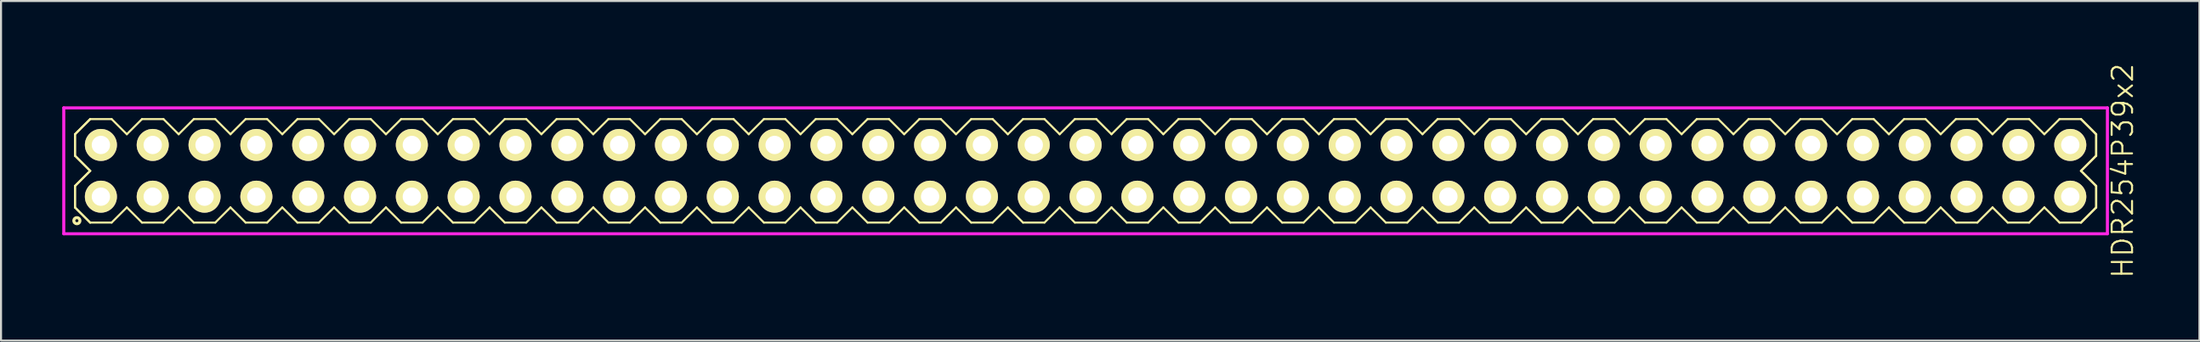
<source format=kicad_pcb>
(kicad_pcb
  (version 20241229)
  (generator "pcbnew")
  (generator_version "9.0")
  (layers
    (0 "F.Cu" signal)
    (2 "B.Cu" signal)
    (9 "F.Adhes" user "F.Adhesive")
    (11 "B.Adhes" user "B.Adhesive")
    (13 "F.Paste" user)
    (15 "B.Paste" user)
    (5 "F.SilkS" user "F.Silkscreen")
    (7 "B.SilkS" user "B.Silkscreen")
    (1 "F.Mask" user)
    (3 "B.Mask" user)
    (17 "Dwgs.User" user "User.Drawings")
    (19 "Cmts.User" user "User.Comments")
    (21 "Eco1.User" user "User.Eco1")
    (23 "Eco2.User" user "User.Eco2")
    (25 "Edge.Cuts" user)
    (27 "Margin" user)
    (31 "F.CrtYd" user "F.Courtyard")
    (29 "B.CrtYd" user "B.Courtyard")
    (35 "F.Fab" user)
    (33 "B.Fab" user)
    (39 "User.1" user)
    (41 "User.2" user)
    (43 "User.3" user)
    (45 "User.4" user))
  (footprint "HDR254P39x2"
    (layer "F.Cu")
    (at 50.155 5.336)
    (property "Reference" "HDR254P39x2" (at 50.83 0 90) (layer "F.SilkS") (effects (font (size 1 1) (thickness 0.1))))
    (attr through_hole)
    (fp_line (start -49.53 -1.796) (end -48.786 -2.54) (stroke (width 0.1) (type solid)) (layer "F.SilkS"))
    (fp_line (start -49.53 -1.796) (end -48.786 -2.54) (stroke (width 0.1) (type solid)) (layer "F.SilkS"))
    (fp_line (start -49.53 -0.744) (end -49.53 -1.796) (stroke (width 0.1) (type solid)) (layer "F.SilkS"))
    (fp_line (start -49.53 -0.744) (end -49.53 -1.796) (stroke (width 0.1) (type solid)) (layer "F.SilkS"))
    (fp_line (start -49.53 0.744) (end -48.786 0) (stroke (width 0.1) (type solid)) (layer "F.SilkS"))
    (fp_line (start -49.53 0.744) (end -48.786 0) (stroke (width 0.1) (type solid)) (layer "F.SilkS"))
    (fp_line (start -49.53 1.796) (end -49.53 0.744) (stroke (width 0.1) (type solid)) (layer "F.SilkS"))
    (fp_line (start -49.53 1.796) (end -49.53 0.744) (stroke (width 0.1) (type solid)) (layer "F.SilkS"))
    (fp_line (start -48.786 -2.54) (end -47.734 -2.54) (stroke (width 0.1) (type solid)) (layer "F.SilkS"))
    (fp_line (start -48.786 0) (end -49.53 -0.744) (stroke (width 0.1) (type solid)) (layer "F.SilkS"))
    (fp_line (start -48.786 0) (end -49.53 -0.744) (stroke (width 0.1) (type solid)) (layer "F.SilkS"))
    (fp_line (start -48.786 2.54) (end -49.53 1.796) (stroke (width 0.1) (type solid)) (layer "F.SilkS"))
    (fp_line (start -48.786 2.54) (end -49.53 1.796) (stroke (width 0.1) (type solid)) (layer "F.SilkS"))
    (fp_line (start -47.734 -2.54) (end -46.99 -1.796) (stroke (width 0.1) (type solid)) (layer "F.SilkS"))
    (fp_line (start -47.734 2.54) (end -48.786 2.54) (stroke (width 0.1) (type solid)) (layer "F.SilkS"))
    (fp_line (start -46.99 -1.796) (end -46.246 -2.54) (stroke (width 0.1) (type solid)) (layer "F.SilkS"))
    (fp_line (start -46.99 1.796) (end -47.734 2.54) (stroke (width 0.1) (type solid)) (layer "F.SilkS"))
    (fp_line (start -46.246 -2.54) (end -45.194 -2.54) (stroke (width 0.1) (type solid)) (layer "F.SilkS"))
    (fp_line (start -46.246 2.54) (end -46.99 1.796) (stroke (width 0.1) (type solid)) (layer "F.SilkS"))
    (fp_line (start -45.194 -2.54) (end -44.45 -1.796) (stroke (width 0.1) (type solid)) (layer "F.SilkS"))
    (fp_line (start -45.194 2.54) (end -46.246 2.54) (stroke (width 0.1) (type solid)) (layer "F.SilkS"))
    (fp_line (start -44.45 -1.796) (end -43.706 -2.54) (stroke (width 0.1) (type solid)) (layer "F.SilkS"))
    (fp_line (start -44.45 1.796) (end -45.194 2.54) (stroke (width 0.1) (type solid)) (layer "F.SilkS"))
    (fp_line (start -43.706 -2.54) (end -42.654 -2.54) (stroke (width 0.1) (type solid)) (layer "F.SilkS"))
    (fp_line (start -43.706 2.54) (end -44.45 1.796) (stroke (width 0.1) (type solid)) (layer "F.SilkS"))
    (fp_line (start -42.654 -2.54) (end -41.91 -1.796) (stroke (width 0.1) (type solid)) (layer "F.SilkS"))
    (fp_line (start -42.654 2.54) (end -43.706 2.54) (stroke (width 0.1) (type solid)) (layer "F.SilkS"))
    (fp_line (start -41.91 -1.796) (end -41.166 -2.54) (stroke (width 0.1) (type solid)) (layer "F.SilkS"))
    (fp_line (start -41.91 1.796) (end -42.654 2.54) (stroke (width 0.1) (type solid)) (layer "F.SilkS"))
    (fp_line (start -41.166 -2.54) (end -40.114 -2.54) (stroke (width 0.1) (type solid)) (layer "F.SilkS"))
    (fp_line (start -41.166 2.54) (end -41.91 1.796) (stroke (width 0.1) (type solid)) (layer "F.SilkS"))
    (fp_line (start -40.114 -2.54) (end -39.37 -1.796) (stroke (width 0.1) (type solid)) (layer "F.SilkS"))
    (fp_line (start -40.114 2.54) (end -41.166 2.54) (stroke (width 0.1) (type solid)) (layer "F.SilkS"))
    (fp_line (start -39.37 -1.796) (end -38.626 -2.54) (stroke (width 0.1) (type solid)) (layer "F.SilkS"))
    (fp_line (start -39.37 1.796) (end -40.114 2.54) (stroke (width 0.1) (type solid)) (layer "F.SilkS"))
    (fp_line (start -38.626 -2.54) (end -37.574 -2.54) (stroke (width 0.1) (type solid)) (layer "F.SilkS"))
    (fp_line (start -38.626 2.54) (end -39.37 1.796) (stroke (width 0.1) (type solid)) (layer "F.SilkS"))
    (fp_line (start -37.574 -2.54) (end -36.83 -1.796) (stroke (width 0.1) (type solid)) (layer "F.SilkS"))
    (fp_line (start -37.574 2.54) (end -38.626 2.54) (stroke (width 0.1) (type solid)) (layer "F.SilkS"))
    (fp_line (start -36.83 -1.796) (end -36.086 -2.54) (stroke (width 0.1) (type solid)) (layer "F.SilkS"))
    (fp_line (start -36.83 1.796) (end -37.574 2.54) (stroke (width 0.1) (type solid)) (layer "F.SilkS"))
    (fp_line (start -36.086 -2.54) (end -35.034 -2.54) (stroke (width 0.1) (type solid)) (layer "F.SilkS"))
    (fp_line (start -36.086 2.54) (end -36.83 1.796) (stroke (width 0.1) (type solid)) (layer "F.SilkS"))
    (fp_line (start -35.034 -2.54) (end -34.29 -1.796) (stroke (width 0.1) (type solid)) (layer "F.SilkS"))
    (fp_line (start -35.034 2.54) (end -36.086 2.54) (stroke (width 0.1) (type solid)) (layer "F.SilkS"))
    (fp_line (start -34.29 -1.796) (end -33.546 -2.54) (stroke (width 0.1) (type solid)) (layer "F.SilkS"))
    (fp_line (start -34.29 1.796) (end -35.034 2.54) (stroke (width 0.1) (type solid)) (layer "F.SilkS"))
    (fp_line (start -33.546 -2.54) (end -32.494 -2.54) (stroke (width 0.1) (type solid)) (layer "F.SilkS"))
    (fp_line (start -33.546 2.54) (end -34.29 1.796) (stroke (width 0.1) (type solid)) (layer "F.SilkS"))
    (fp_line (start -32.494 -2.54) (end -31.75 -1.796) (stroke (width 0.1) (type solid)) (layer "F.SilkS"))
    (fp_line (start -32.494 2.54) (end -33.546 2.54) (stroke (width 0.1) (type solid)) (layer "F.SilkS"))
    (fp_line (start -31.75 -1.796) (end -31.006 -2.54) (stroke (width 0.1) (type solid)) (layer "F.SilkS"))
    (fp_line (start -31.75 1.796) (end -32.494 2.54) (stroke (width 0.1) (type solid)) (layer "F.SilkS"))
    (fp_line (start -31.006 -2.54) (end -29.954 -2.54) (stroke (width 0.1) (type solid)) (layer "F.SilkS"))
    (fp_line (start -31.006 2.54) (end -31.75 1.796) (stroke (width 0.1) (type solid)) (layer "F.SilkS"))
    (fp_line (start -29.954 -2.54) (end -29.21 -1.796) (stroke (width 0.1) (type solid)) (layer "F.SilkS"))
    (fp_line (start -29.954 2.54) (end -31.006 2.54) (stroke (width 0.1) (type solid)) (layer "F.SilkS"))
    (fp_line (start -29.21 -1.796) (end -28.466 -2.54) (stroke (width 0.1) (type solid)) (layer "F.SilkS"))
    (fp_line (start -29.21 1.796) (end -29.954 2.54) (stroke (width 0.1) (type solid)) (layer "F.SilkS"))
    (fp_line (start -28.466 -2.54) (end -27.414 -2.54) (stroke (width 0.1) (type solid)) (layer "F.SilkS"))
    (fp_line (start -28.466 2.54) (end -29.21 1.796) (stroke (width 0.1) (type solid)) (layer "F.SilkS"))
    (fp_line (start -27.414 -2.54) (end -26.67 -1.796) (stroke (width 0.1) (type solid)) (layer "F.SilkS"))
    (fp_line (start -27.414 2.54) (end -28.466 2.54) (stroke (width 0.1) (type solid)) (layer "F.SilkS"))
    (fp_line (start -26.67 -1.796) (end -25.926 -2.54) (stroke (width 0.1) (type solid)) (layer "F.SilkS"))
    (fp_line (start -26.67 1.796) (end -27.414 2.54) (stroke (width 0.1) (type solid)) (layer "F.SilkS"))
    (fp_line (start -25.926 -2.54) (end -24.874 -2.54) (stroke (width 0.1) (type solid)) (layer "F.SilkS"))
    (fp_line (start -25.926 2.54) (end -26.67 1.796) (stroke (width 0.1) (type solid)) (layer "F.SilkS"))
    (fp_line (start -24.874 -2.54) (end -24.13 -1.796) (stroke (width 0.1) (type solid)) (layer "F.SilkS"))
    (fp_line (start -24.874 2.54) (end -25.926 2.54) (stroke (width 0.1) (type solid)) (layer "F.SilkS"))
    (fp_line (start -24.13 -1.796) (end -23.386 -2.54) (stroke (width 0.1) (type solid)) (layer "F.SilkS"))
    (fp_line (start -24.13 1.796) (end -24.874 2.54) (stroke (width 0.1) (type solid)) (layer "F.SilkS"))
    (fp_line (start -23.386 -2.54) (end -22.334 -2.54) (stroke (width 0.1) (type solid)) (layer "F.SilkS"))
    (fp_line (start -23.386 2.54) (end -24.13 1.796) (stroke (width 0.1) (type solid)) (layer "F.SilkS"))
    (fp_line (start -22.334 -2.54) (end -21.59 -1.796) (stroke (width 0.1) (type solid)) (layer "F.SilkS"))
    (fp_line (start -22.334 2.54) (end -23.386 2.54) (stroke (width 0.1) (type solid)) (layer "F.SilkS"))
    (fp_line (start -21.59 -1.796) (end -20.846 -2.54) (stroke (width 0.1) (type solid)) (layer "F.SilkS"))
    (fp_line (start -21.59 1.796) (end -22.334 2.54) (stroke (width 0.1) (type solid)) (layer "F.SilkS"))
    (fp_line (start -20.846 -2.54) (end -19.794 -2.54) (stroke (width 0.1) (type solid)) (layer "F.SilkS"))
    (fp_line (start -20.846 2.54) (end -21.59 1.796) (stroke (width 0.1) (type solid)) (layer "F.SilkS"))
    (fp_line (start -19.794 -2.54) (end -19.05 -1.796) (stroke (width 0.1) (type solid)) (layer "F.SilkS"))
    (fp_line (start -19.794 2.54) (end -20.846 2.54) (stroke (width 0.1) (type solid)) (layer "F.SilkS"))
    (fp_line (start -19.05 -1.796) (end -18.306 -2.54) (stroke (width 0.1) (type solid)) (layer "F.SilkS"))
    (fp_line (start -19.05 1.796) (end -19.794 2.54) (stroke (width 0.1) (type solid)) (layer "F.SilkS"))
    (fp_line (start -18.306 -2.54) (end -17.254 -2.54) (stroke (width 0.1) (type solid)) (layer "F.SilkS"))
    (fp_line (start -18.306 2.54) (end -19.05 1.796) (stroke (width 0.1) (type solid)) (layer "F.SilkS"))
    (fp_line (start -17.254 -2.54) (end -16.51 -1.796) (stroke (width 0.1) (type solid)) (layer "F.SilkS"))
    (fp_line (start -17.254 2.54) (end -18.306 2.54) (stroke (width 0.1) (type solid)) (layer "F.SilkS"))
    (fp_line (start -16.51 -1.796) (end -15.766 -2.54) (stroke (width 0.1) (type solid)) (layer "F.SilkS"))
    (fp_line (start -16.51 1.796) (end -17.254 2.54) (stroke (width 0.1) (type solid)) (layer "F.SilkS"))
    (fp_line (start -15.766 -2.54) (end -14.714 -2.54) (stroke (width 0.1) (type solid)) (layer "F.SilkS"))
    (fp_line (start -15.766 2.54) (end -16.51 1.796) (stroke (width 0.1) (type solid)) (layer "F.SilkS"))
    (fp_line (start -14.714 -2.54) (end -13.97 -1.796) (stroke (width 0.1) (type solid)) (layer "F.SilkS"))
    (fp_line (start -14.714 2.54) (end -15.766 2.54) (stroke (width 0.1) (type solid)) (layer "F.SilkS"))
    (fp_line (start -13.97 -1.796) (end -13.226 -2.54) (stroke (width 0.1) (type solid)) (layer "F.SilkS"))
    (fp_line (start -13.97 1.796) (end -14.714 2.54) (stroke (width 0.1) (type solid)) (layer "F.SilkS"))
    (fp_line (start -13.226 -2.54) (end -12.174 -2.54) (stroke (width 0.1) (type solid)) (layer "F.SilkS"))
    (fp_line (start -13.226 2.54) (end -13.97 1.796) (stroke (width 0.1) (type solid)) (layer "F.SilkS"))
    (fp_line (start -12.174 -2.54) (end -11.43 -1.796) (stroke (width 0.1) (type solid)) (layer "F.SilkS"))
    (fp_line (start -12.174 2.54) (end -13.226 2.54) (stroke (width 0.1) (type solid)) (layer "F.SilkS"))
    (fp_line (start -11.43 -1.796) (end -10.686 -2.54) (stroke (width 0.1) (type solid)) (layer "F.SilkS"))
    (fp_line (start -11.43 1.796) (end -12.174 2.54) (stroke (width 0.1) (type solid)) (layer "F.SilkS"))
    (fp_line (start -10.686 -2.54) (end -9.634 -2.54) (stroke (width 0.1) (type solid)) (layer "F.SilkS"))
    (fp_line (start -10.686 2.54) (end -11.43 1.796) (stroke (width 0.1) (type solid)) (layer "F.SilkS"))
    (fp_line (start -9.634 -2.54) (end -8.89 -1.796) (stroke (width 0.1) (type solid)) (layer "F.SilkS"))
    (fp_line (start -9.634 2.54) (end -10.686 2.54) (stroke (width 0.1) (type solid)) (layer "F.SilkS"))
    (fp_line (start -8.89 -1.796) (end -8.146 -2.54) (stroke (width 0.1) (type solid)) (layer "F.SilkS"))
    (fp_line (start -8.89 1.796) (end -9.634 2.54) (stroke (width 0.1) (type solid)) (layer "F.SilkS"))
    (fp_line (start -8.146 -2.54) (end -7.094 -2.54) (stroke (width 0.1) (type solid)) (layer "F.SilkS"))
    (fp_line (start -8.146 2.54) (end -8.89 1.796) (stroke (width 0.1) (type solid)) (layer "F.SilkS"))
    (fp_line (start -7.094 -2.54) (end -6.35 -1.796) (stroke (width 0.1) (type solid)) (layer "F.SilkS"))
    (fp_line (start -7.094 2.54) (end -8.146 2.54) (stroke (width 0.1) (type solid)) (layer "F.SilkS"))
    (fp_line (start -6.35 -1.796) (end -5.606 -2.54) (stroke (width 0.1) (type solid)) (layer "F.SilkS"))
    (fp_line (start -6.35 1.796) (end -7.094 2.54) (stroke (width 0.1) (type solid)) (layer "F.SilkS"))
    (fp_line (start -5.606 -2.54) (end -4.554 -2.54) (stroke (width 0.1) (type solid)) (layer "F.SilkS"))
    (fp_line (start -5.606 2.54) (end -6.35 1.796) (stroke (width 0.1) (type solid)) (layer "F.SilkS"))
    (fp_line (start -4.554 -2.54) (end -3.81 -1.796) (stroke (width 0.1) (type solid)) (layer "F.SilkS"))
    (fp_line (start -4.554 2.54) (end -5.606 2.54) (stroke (width 0.1) (type solid)) (layer "F.SilkS"))
    (fp_line (start -3.81 -1.796) (end -3.066 -2.54) (stroke (width 0.1) (type solid)) (layer "F.SilkS"))
    (fp_line (start -3.81 1.796) (end -4.554 2.54) (stroke (width 0.1) (type solid)) (layer "F.SilkS"))
    (fp_line (start -3.066 -2.54) (end -2.014 -2.54) (stroke (width 0.1) (type solid)) (layer "F.SilkS"))
    (fp_line (start -3.066 2.54) (end -3.81 1.796) (stroke (width 0.1) (type solid)) (layer "F.SilkS"))
    (fp_line (start -2.014 -2.54) (end -1.27 -1.796) (stroke (width 0.1) (type solid)) (layer "F.SilkS"))
    (fp_line (start -2.014 2.54) (end -3.066 2.54) (stroke (width 0.1) (type solid)) (layer "F.SilkS"))
    (fp_line (start -1.27 -1.796) (end -0.526 -2.54) (stroke (width 0.1) (type solid)) (layer "F.SilkS"))
    (fp_line (start -1.27 1.796) (end -2.014 2.54) (stroke (width 0.1) (type solid)) (layer "F.SilkS"))
    (fp_line (start -0.526 -2.54) (end 0.526 -2.54) (stroke (width 0.1) (type solid)) (layer "F.SilkS"))
    (fp_line (start -0.526 2.54) (end -1.27 1.796) (stroke (width 0.1) (type solid)) (layer "F.SilkS"))
    (fp_line (start 0.526 -2.54) (end 1.27 -1.796) (stroke (width 0.1) (type solid)) (layer "F.SilkS"))
    (fp_line (start 0.526 2.54) (end -0.526 2.54) (stroke (width 0.1) (type solid)) (layer "F.SilkS"))
    (fp_line (start 1.27 -1.796) (end 2.014 -2.54) (stroke (width 0.1) (type solid)) (layer "F.SilkS"))
    (fp_line (start 1.27 1.796) (end 0.526 2.54) (stroke (width 0.1) (type solid)) (layer "F.SilkS"))
    (fp_line (start 2.014 -2.54) (end 3.066 -2.54) (stroke (width 0.1) (type solid)) (layer "F.SilkS"))
    (fp_line (start 2.014 2.54) (end 1.27 1.796) (stroke (width 0.1) (type solid)) (layer "F.SilkS"))
    (fp_line (start 3.066 -2.54) (end 3.81 -1.796) (stroke (width 0.1) (type solid)) (layer "F.SilkS"))
    (fp_line (start 3.066 2.54) (end 2.014 2.54) (stroke (width 0.1) (type solid)) (layer "F.SilkS"))
    (fp_line (start 3.81 -1.796) (end 4.554 -2.54) (stroke (width 0.1) (type solid)) (layer "F.SilkS"))
    (fp_line (start 3.81 1.796) (end 3.066 2.54) (stroke (width 0.1) (type solid)) (layer "F.SilkS"))
    (fp_line (start 4.554 -2.54) (end 5.606 -2.54) (stroke (width 0.1) (type solid)) (layer "F.SilkS"))
    (fp_line (start 4.554 2.54) (end 3.81 1.796) (stroke (width 0.1) (type solid)) (layer "F.SilkS"))
    (fp_line (start 5.606 -2.54) (end 6.35 -1.796) (stroke (width 0.1) (type solid)) (layer "F.SilkS"))
    (fp_line (start 5.606 2.54) (end 4.554 2.54) (stroke (width 0.1) (type solid)) (layer "F.SilkS"))
    (fp_line (start 6.35 -1.796) (end 7.094 -2.54) (stroke (width 0.1) (type solid)) (layer "F.SilkS"))
    (fp_line (start 6.35 1.796) (end 5.606 2.54) (stroke (width 0.1) (type solid)) (layer "F.SilkS"))
    (fp_line (start 7.094 -2.54) (end 8.146 -2.54) (stroke (width 0.1) (type solid)) (layer "F.SilkS"))
    (fp_line (start 7.094 2.54) (end 6.35 1.796) (stroke (width 0.1) (type solid)) (layer "F.SilkS"))
    (fp_line (start 8.146 -2.54) (end 8.89 -1.796) (stroke (width 0.1) (type solid)) (layer "F.SilkS"))
    (fp_line (start 8.146 2.54) (end 7.094 2.54) (stroke (width 0.1) (type solid)) (layer "F.SilkS"))
    (fp_line (start 8.89 -1.796) (end 9.634 -2.54) (stroke (width 0.1) (type solid)) (layer "F.SilkS"))
    (fp_line (start 8.89 1.796) (end 8.146 2.54) (stroke (width 0.1) (type solid)) (layer "F.SilkS"))
    (fp_line (start 9.634 -2.54) (end 10.686 -2.54) (stroke (width 0.1) (type solid)) (layer "F.SilkS"))
    (fp_line (start 9.634 2.54) (end 8.89 1.796) (stroke (width 0.1) (type solid)) (layer "F.SilkS"))
    (fp_line (start 10.686 -2.54) (end 11.43 -1.796) (stroke (width 0.1) (type solid)) (layer "F.SilkS"))
    (fp_line (start 10.686 2.54) (end 9.634 2.54) (stroke (width 0.1) (type solid)) (layer "F.SilkS"))
    (fp_line (start 11.43 -1.796) (end 12.174 -2.54) (stroke (width 0.1) (type solid)) (layer "F.SilkS"))
    (fp_line (start 11.43 1.796) (end 10.686 2.54) (stroke (width 0.1) (type solid)) (layer "F.SilkS"))
    (fp_line (start 12.174 -2.54) (end 13.226 -2.54) (stroke (width 0.1) (type solid)) (layer "F.SilkS"))
    (fp_line (start 12.174 2.54) (end 11.43 1.796) (stroke (width 0.1) (type solid)) (layer "F.SilkS"))
    (fp_line (start 13.226 -2.54) (end 13.97 -1.796) (stroke (width 0.1) (type solid)) (layer "F.SilkS"))
    (fp_line (start 13.226 2.54) (end 12.174 2.54) (stroke (width 0.1) (type solid)) (layer "F.SilkS"))
    (fp_line (start 13.97 -1.796) (end 14.714 -2.54) (stroke (width 0.1) (type solid)) (layer "F.SilkS"))
    (fp_line (start 13.97 1.796) (end 13.226 2.54) (stroke (width 0.1) (type solid)) (layer "F.SilkS"))
    (fp_line (start 14.714 -2.54) (end 15.766 -2.54) (stroke (width 0.1) (type solid)) (layer "F.SilkS"))
    (fp_line (start 14.714 2.54) (end 13.97 1.796) (stroke (width 0.1) (type solid)) (layer "F.SilkS"))
    (fp_line (start 15.766 -2.54) (end 16.51 -1.796) (stroke (width 0.1) (type solid)) (layer "F.SilkS"))
    (fp_line (start 15.766 2.54) (end 14.714 2.54) (stroke (width 0.1) (type solid)) (layer "F.SilkS"))
    (fp_line (start 16.51 -1.796) (end 17.254 -2.54) (stroke (width 0.1) (type solid)) (layer "F.SilkS"))
    (fp_line (start 16.51 1.796) (end 15.766 2.54) (stroke (width 0.1) (type solid)) (layer "F.SilkS"))
    (fp_line (start 17.254 -2.54) (end 18.306 -2.54) (stroke (width 0.1) (type solid)) (layer "F.SilkS"))
    (fp_line (start 17.254 2.54) (end 16.51 1.796) (stroke (width 0.1) (type solid)) (layer "F.SilkS"))
    (fp_line (start 18.306 -2.54) (end 19.05 -1.796) (stroke (width 0.1) (type solid)) (layer "F.SilkS"))
    (fp_line (start 18.306 2.54) (end 17.254 2.54) (stroke (width 0.1) (type solid)) (layer "F.SilkS"))
    (fp_line (start 19.05 -1.796) (end 19.794 -2.54) (stroke (width 0.1) (type solid)) (layer "F.SilkS"))
    (fp_line (start 19.05 1.796) (end 18.306 2.54) (stroke (width 0.1) (type solid)) (layer "F.SilkS"))
    (fp_line (start 19.794 -2.54) (end 20.846 -2.54) (stroke (width 0.1) (type solid)) (layer "F.SilkS"))
    (fp_line (start 19.794 2.54) (end 19.05 1.796) (stroke (width 0.1) (type solid)) (layer "F.SilkS"))
    (fp_line (start 20.846 -2.54) (end 21.59 -1.796) (stroke (width 0.1) (type solid)) (layer "F.SilkS"))
    (fp_line (start 20.846 2.54) (end 19.794 2.54) (stroke (width 0.1) (type solid)) (layer "F.SilkS"))
    (fp_line (start 21.59 -1.796) (end 22.334 -2.54) (stroke (width 0.1) (type solid)) (layer "F.SilkS"))
    (fp_line (start 21.59 1.796) (end 20.846 2.54) (stroke (width 0.1) (type solid)) (layer "F.SilkS"))
    (fp_line (start 22.334 -2.54) (end 23.386 -2.54) (stroke (width 0.1) (type solid)) (layer "F.SilkS"))
    (fp_line (start 22.334 2.54) (end 21.59 1.796) (stroke (width 0.1) (type solid)) (layer "F.SilkS"))
    (fp_line (start 23.386 -2.54) (end 24.13 -1.796) (stroke (width 0.1) (type solid)) (layer "F.SilkS"))
    (fp_line (start 23.386 2.54) (end 22.334 2.54) (stroke (width 0.1) (type solid)) (layer "F.SilkS"))
    (fp_line (start 24.13 -1.796) (end 24.874 -2.54) (stroke (width 0.1) (type solid)) (layer "F.SilkS"))
    (fp_line (start 24.13 1.796) (end 23.386 2.54) (stroke (width 0.1) (type solid)) (layer "F.SilkS"))
    (fp_line (start 24.874 -2.54) (end 25.926 -2.54) (stroke (width 0.1) (type solid)) (layer "F.SilkS"))
    (fp_line (start 24.874 2.54) (end 24.13 1.796) (stroke (width 0.1) (type solid)) (layer "F.SilkS"))
    (fp_line (start 25.926 -2.54) (end 26.67 -1.796) (stroke (width 0.1) (type solid)) (layer "F.SilkS"))
    (fp_line (start 25.926 2.54) (end 24.874 2.54) (stroke (width 0.1) (type solid)) (layer "F.SilkS"))
    (fp_line (start 26.67 -1.796) (end 27.414 -2.54) (stroke (width 0.1) (type solid)) (layer "F.SilkS"))
    (fp_line (start 26.67 1.796) (end 25.926 2.54) (stroke (width 0.1) (type solid)) (layer "F.SilkS"))
    (fp_line (start 27.414 -2.54) (end 28.466 -2.54) (stroke (width 0.1) (type solid)) (layer "F.SilkS"))
    (fp_line (start 27.414 2.54) (end 26.67 1.796) (stroke (width 0.1) (type solid)) (layer "F.SilkS"))
    (fp_line (start 28.466 -2.54) (end 29.21 -1.796) (stroke (width 0.1) (type solid)) (layer "F.SilkS"))
    (fp_line (start 28.466 2.54) (end 27.414 2.54) (stroke (width 0.1) (type solid)) (layer "F.SilkS"))
    (fp_line (start 29.21 -1.796) (end 29.954 -2.54) (stroke (width 0.1) (type solid)) (layer "F.SilkS"))
    (fp_line (start 29.21 1.796) (end 28.466 2.54) (stroke (width 0.1) (type solid)) (layer "F.SilkS"))
    (fp_line (start 29.954 -2.54) (end 31.006 -2.54) (stroke (width 0.1) (type solid)) (layer "F.SilkS"))
    (fp_line (start 29.954 2.54) (end 29.21 1.796) (stroke (width 0.1) (type solid)) (layer "F.SilkS"))
    (fp_line (start 31.006 -2.54) (end 31.75 -1.796) (stroke (width 0.1) (type solid)) (layer "F.SilkS"))
    (fp_line (start 31.006 2.54) (end 29.954 2.54) (stroke (width 0.1) (type solid)) (layer "F.SilkS"))
    (fp_line (start 31.75 -1.796) (end 32.494 -2.54) (stroke (width 0.1) (type solid)) (layer "F.SilkS"))
    (fp_line (start 31.75 1.796) (end 31.006 2.54) (stroke (width 0.1) (type solid)) (layer "F.SilkS"))
    (fp_line (start 32.494 -2.54) (end 33.546 -2.54) (stroke (width 0.1) (type solid)) (layer "F.SilkS"))
    (fp_line (start 32.494 2.54) (end 31.75 1.796) (stroke (width 0.1) (type solid)) (layer "F.SilkS"))
    (fp_line (start 33.546 -2.54) (end 34.29 -1.796) (stroke (width 0.1) (type solid)) (layer "F.SilkS"))
    (fp_line (start 33.546 2.54) (end 32.494 2.54) (stroke (width 0.1) (type solid)) (layer "F.SilkS"))
    (fp_line (start 34.29 -1.796) (end 35.034 -2.54) (stroke (width 0.1) (type solid)) (layer "F.SilkS"))
    (fp_line (start 34.29 1.796) (end 33.546 2.54) (stroke (width 0.1) (type solid)) (layer "F.SilkS"))
    (fp_line (start 35.034 -2.54) (end 36.086 -2.54) (stroke (width 0.1) (type solid)) (layer "F.SilkS"))
    (fp_line (start 35.034 2.54) (end 34.29 1.796) (stroke (width 0.1) (type solid)) (layer "F.SilkS"))
    (fp_line (start 36.086 -2.54) (end 36.83 -1.796) (stroke (width 0.1) (type solid)) (layer "F.SilkS"))
    (fp_line (start 36.086 2.54) (end 35.034 2.54) (stroke (width 0.1) (type solid)) (layer "F.SilkS"))
    (fp_line (start 36.83 -1.796) (end 37.574 -2.54) (stroke (width 0.1) (type solid)) (layer "F.SilkS"))
    (fp_line (start 36.83 1.796) (end 36.086 2.54) (stroke (width 0.1) (type solid)) (layer "F.SilkS"))
    (fp_line (start 37.574 -2.54) (end 38.626 -2.54) (stroke (width 0.1) (type solid)) (layer "F.SilkS"))
    (fp_line (start 37.574 2.54) (end 36.83 1.796) (stroke (width 0.1) (type solid)) (layer "F.SilkS"))
    (fp_line (start 38.626 -2.54) (end 39.37 -1.796) (stroke (width 0.1) (type solid)) (layer "F.SilkS"))
    (fp_line (start 38.626 2.54) (end 37.574 2.54) (stroke (width 0.1) (type solid)) (layer "F.SilkS"))
    (fp_line (start 39.37 -1.796) (end 40.114 -2.54) (stroke (width 0.1) (type solid)) (layer "F.SilkS"))
    (fp_line (start 39.37 1.796) (end 38.626 2.54) (stroke (width 0.1) (type solid)) (layer "F.SilkS"))
    (fp_line (start 40.114 -2.54) (end 41.166 -2.54) (stroke (width 0.1) (type solid)) (layer "F.SilkS"))
    (fp_line (start 40.114 2.54) (end 39.37 1.796) (stroke (width 0.1) (type solid)) (layer "F.SilkS"))
    (fp_line (start 41.166 -2.54) (end 41.91 -1.796) (stroke (width 0.1) (type solid)) (layer "F.SilkS"))
    (fp_line (start 41.166 2.54) (end 40.114 2.54) (stroke (width 0.1) (type solid)) (layer "F.SilkS"))
    (fp_line (start 41.91 -1.796) (end 42.654 -2.54) (stroke (width 0.1) (type solid)) (layer "F.SilkS"))
    (fp_line (start 41.91 1.796) (end 41.166 2.54) (stroke (width 0.1) (type solid)) (layer "F.SilkS"))
    (fp_line (start 42.654 -2.54) (end 43.706 -2.54) (stroke (width 0.1) (type solid)) (layer "F.SilkS"))
    (fp_line (start 42.654 2.54) (end 41.91 1.796) (stroke (width 0.1) (type solid)) (layer "F.SilkS"))
    (fp_line (start 43.706 -2.54) (end 44.45 -1.796) (stroke (width 0.1) (type solid)) (layer "F.SilkS"))
    (fp_line (start 43.706 2.54) (end 42.654 2.54) (stroke (width 0.1) (type solid)) (layer "F.SilkS"))
    (fp_line (start 44.45 -1.796) (end 45.194 -2.54) (stroke (width 0.1) (type solid)) (layer "F.SilkS"))
    (fp_line (start 44.45 1.796) (end 43.706 2.54) (stroke (width 0.1) (type solid)) (layer "F.SilkS"))
    (fp_line (start 45.194 -2.54) (end 46.246 -2.54) (stroke (width 0.1) (type solid)) (layer "F.SilkS"))
    (fp_line (start 45.194 2.54) (end 44.45 1.796) (stroke (width 0.1) (type solid)) (layer "F.SilkS"))
    (fp_line (start 46.246 -2.54) (end 46.99 -1.796) (stroke (width 0.1) (type solid)) (layer "F.SilkS"))
    (fp_line (start 46.246 2.54) (end 45.194 2.54) (stroke (width 0.1) (type solid)) (layer "F.SilkS"))
    (fp_line (start 46.99 -1.796) (end 47.734 -2.54) (stroke (width 0.1) (type solid)) (layer "F.SilkS"))
    (fp_line (start 46.99 1.796) (end 46.246 2.54) (stroke (width 0.1) (type solid)) (layer "F.SilkS"))
    (fp_line (start 47.734 -2.54) (end 48.786 -2.54) (stroke (width 0.1) (type solid)) (layer "F.SilkS"))
    (fp_line (start 47.734 2.54) (end 46.99 1.796) (stroke (width 0.1) (type solid)) (layer "F.SilkS"))
    (fp_line (start 48.786 -2.54) (end 49.53 -1.796) (stroke (width 0.1) (type solid)) (layer "F.SilkS"))
    (fp_line (start 48.786 -2.54) (end 49.53 -1.796) (stroke (width 0.1) (type solid)) (layer "F.SilkS"))
    (fp_line (start 48.786 0) (end 49.53 0.744) (stroke (width 0.1) (type solid)) (layer "F.SilkS"))
    (fp_line (start 48.786 0) (end 49.53 0.744) (stroke (width 0.1) (type solid)) (layer "F.SilkS"))
    (fp_line (start 48.786 2.54) (end 47.734 2.54) (stroke (width 0.1) (type solid)) (layer "F.SilkS"))
    (fp_line (start 49.53 -1.796) (end 49.53 -0.744) (stroke (width 0.1) (type solid)) (layer "F.SilkS"))
    (fp_line (start 49.53 -1.796) (end 49.53 -0.744) (stroke (width 0.1) (type solid)) (layer "F.SilkS"))
    (fp_line (start 49.53 -0.744) (end 48.786 0) (stroke (width 0.1) (type solid)) (layer "F.SilkS"))
    (fp_line (start 49.53 -0.744) (end 48.786 0) (stroke (width 0.1) (type solid)) (layer "F.SilkS"))
    (fp_line (start 49.53 0.744) (end 49.53 1.796) (stroke (width 0.1) (type solid)) (layer "F.SilkS"))
    (fp_line (start 49.53 0.744) (end 49.53 1.796) (stroke (width 0.1) (type solid)) (layer "F.SilkS"))
    (fp_line (start 49.53 1.796) (end 48.786 2.54) (stroke (width 0.1) (type solid)) (layer "F.SilkS"))
    (fp_line (start 49.53 1.796) (end 48.786 2.54) (stroke (width 0.1) (type solid)) (layer "F.SilkS"))
    (fp_circle (center -49.437 2.448) (end -49.287 2.448) (stroke (width 0.15) (type solid)) (fill no) (layer "F.SilkS"))
    (fp_line (start -50.08 -3.09) (end -50.08 3.09) (stroke (width 0.15) (type solid)) (layer "F.CrtYd"))
    (fp_line (start -50.08 3.09) (end 50.08 3.09) (stroke (width 0.15) (type solid)) (layer "F.CrtYd"))
    (fp_line (start 50.08 -3.09) (end -50.08 -3.09) (stroke (width 0.15) (type solid)) (layer "F.CrtYd"))
    (fp_line (start 50.08 3.09) (end 50.08 -3.09) (stroke (width 0.15) (type solid)) (layer "F.CrtYd"))
    (pad "1" thru_hole oval (at -48.26 1.27) (size 1.57 1.57) (drill 0.9) (layers "*.Cu" "*.Mask" "F.SilkS"))
    (pad "2" thru_hole oval (at -48.26 -1.27) (size 1.57 1.57) (drill 0.9) (layers "*.Cu" "*.Mask" "F.SilkS"))
    (pad "3" thru_hole oval (at -45.72 1.27) (size 1.57 1.57) (drill 0.9) (layers "*.Cu" "*.Mask" "F.SilkS"))
    (pad "4" thru_hole oval (at -45.72 -1.27) (size 1.57 1.57) (drill 0.9) (layers "*.Cu" "*.Mask" "F.SilkS"))
    (pad "5" thru_hole oval (at -43.18 1.27) (size 1.57 1.57) (drill 0.9) (layers "*.Cu" "*.Mask" "F.SilkS"))
    (pad "6" thru_hole oval (at -43.18 -1.27) (size 1.57 1.57) (drill 0.9) (layers "*.Cu" "*.Mask" "F.SilkS"))
    (pad "7" thru_hole oval (at -40.64 1.27) (size 1.57 1.57) (drill 0.9) (layers "*.Cu" "*.Mask" "F.SilkS"))
    (pad "8" thru_hole oval (at -40.64 -1.27) (size 1.57 1.57) (drill 0.9) (layers "*.Cu" "*.Mask" "F.SilkS"))
    (pad "9" thru_hole oval (at -38.1 1.27) (size 1.57 1.57) (drill 0.9) (layers "*.Cu" "*.Mask" "F.SilkS"))
    (pad "10" thru_hole oval (at -38.1 -1.27) (size 1.57 1.57) (drill 0.9) (layers "*.Cu" "*.Mask" "F.SilkS"))
    (pad "11" thru_hole oval (at -35.56 1.27) (size 1.57 1.57) (drill 0.9) (layers "*.Cu" "*.Mask" "F.SilkS"))
    (pad "12" thru_hole oval (at -35.56 -1.27) (size 1.57 1.57) (drill 0.9) (layers "*.Cu" "*.Mask" "F.SilkS"))
    (pad "13" thru_hole oval (at -33.02 1.27) (size 1.57 1.57) (drill 0.9) (layers "*.Cu" "*.Mask" "F.SilkS"))
    (pad "14" thru_hole oval (at -33.02 -1.27) (size 1.57 1.57) (drill 0.9) (layers "*.Cu" "*.Mask" "F.SilkS"))
    (pad "15" thru_hole oval (at -30.48 1.27) (size 1.57 1.57) (drill 0.9) (layers "*.Cu" "*.Mask" "F.SilkS"))
    (pad "16" thru_hole oval (at -30.48 -1.27) (size 1.57 1.57) (drill 0.9) (layers "*.Cu" "*.Mask" "F.SilkS"))
    (pad "17" thru_hole oval (at -27.94 1.27) (size 1.57 1.57) (drill 0.9) (layers "*.Cu" "*.Mask" "F.SilkS"))
    (pad "18" thru_hole oval (at -27.94 -1.27) (size 1.57 1.57) (drill 0.9) (layers "*.Cu" "*.Mask" "F.SilkS"))
    (pad "19" thru_hole oval (at -25.4 1.27) (size 1.57 1.57) (drill 0.9) (layers "*.Cu" "*.Mask" "F.SilkS"))
    (pad "20" thru_hole oval (at -25.4 -1.27) (size 1.57 1.57) (drill 0.9) (layers "*.Cu" "*.Mask" "F.SilkS"))
    (pad "21" thru_hole oval (at -22.86 1.27) (size 1.57 1.57) (drill 0.9) (layers "*.Cu" "*.Mask" "F.SilkS"))
    (pad "22" thru_hole oval (at -22.86 -1.27) (size 1.57 1.57) (drill 0.9) (layers "*.Cu" "*.Mask" "F.SilkS"))
    (pad "23" thru_hole oval (at -20.32 1.27) (size 1.57 1.57) (drill 0.9) (layers "*.Cu" "*.Mask" "F.SilkS"))
    (pad "24" thru_hole oval (at -20.32 -1.27) (size 1.57 1.57) (drill 0.9) (layers "*.Cu" "*.Mask" "F.SilkS"))
    (pad "25" thru_hole oval (at -17.78 1.27) (size 1.57 1.57) (drill 0.9) (layers "*.Cu" "*.Mask" "F.SilkS"))
    (pad "26" thru_hole oval (at -17.78 -1.27) (size 1.57 1.57) (drill 0.9) (layers "*.Cu" "*.Mask" "F.SilkS"))
    (pad "27" thru_hole oval (at -15.24 1.27) (size 1.57 1.57) (drill 0.9) (layers "*.Cu" "*.Mask" "F.SilkS"))
    (pad "28" thru_hole oval (at -15.24 -1.27) (size 1.57 1.57) (drill 0.9) (layers "*.Cu" "*.Mask" "F.SilkS"))
    (pad "29" thru_hole oval (at -12.7 1.27) (size 1.57 1.57) (drill 0.9) (layers "*.Cu" "*.Mask" "F.SilkS"))
    (pad "30" thru_hole oval (at -12.7 -1.27) (size 1.57 1.57) (drill 0.9) (layers "*.Cu" "*.Mask" "F.SilkS"))
    (pad "31" thru_hole oval (at -10.16 1.27) (size 1.57 1.57) (drill 0.9) (layers "*.Cu" "*.Mask" "F.SilkS"))
    (pad "32" thru_hole oval (at -10.16 -1.27) (size 1.57 1.57) (drill 0.9) (layers "*.Cu" "*.Mask" "F.SilkS"))
    (pad "33" thru_hole oval (at -7.62 1.27) (size 1.57 1.57) (drill 0.9) (layers "*.Cu" "*.Mask" "F.SilkS"))
    (pad "34" thru_hole oval (at -7.62 -1.27) (size 1.57 1.57) (drill 0.9) (layers "*.Cu" "*.Mask" "F.SilkS"))
    (pad "35" thru_hole oval (at -5.08 1.27) (size 1.57 1.57) (drill 0.9) (layers "*.Cu" "*.Mask" "F.SilkS"))
    (pad "36" thru_hole oval (at -5.08 -1.27) (size 1.57 1.57) (drill 0.9) (layers "*.Cu" "*.Mask" "F.SilkS"))
    (pad "37" thru_hole oval (at -2.54 1.27) (size 1.57 1.57) (drill 0.9) (layers "*.Cu" "*.Mask" "F.SilkS"))
    (pad "38" thru_hole oval (at -2.54 -1.27) (size 1.57 1.57) (drill 0.9) (layers "*.Cu" "*.Mask" "F.SilkS"))
    (pad "39" thru_hole oval (at 0 1.27) (size 1.57 1.57) (drill 0.9) (layers "*.Cu" "*.Mask" "F.SilkS"))
    (pad "40" thru_hole oval (at 0 -1.27) (size 1.57 1.57) (drill 0.9) (layers "*.Cu" "*.Mask" "F.SilkS"))
    (pad "41" thru_hole oval (at 2.54 1.27) (size 1.57 1.57) (drill 0.9) (layers "*.Cu" "*.Mask" "F.SilkS"))
    (pad "42" thru_hole oval (at 2.54 -1.27) (size 1.57 1.57) (drill 0.9) (layers "*.Cu" "*.Mask" "F.SilkS"))
    (pad "43" thru_hole oval (at 5.08 1.27) (size 1.57 1.57) (drill 0.9) (layers "*.Cu" "*.Mask" "F.SilkS"))
    (pad "44" thru_hole oval (at 5.08 -1.27) (size 1.57 1.57) (drill 0.9) (layers "*.Cu" "*.Mask" "F.SilkS"))
    (pad "45" thru_hole oval (at 7.62 1.27) (size 1.57 1.57) (drill 0.9) (layers "*.Cu" "*.Mask" "F.SilkS"))
    (pad "46" thru_hole oval (at 7.62 -1.27) (size 1.57 1.57) (drill 0.9) (layers "*.Cu" "*.Mask" "F.SilkS"))
    (pad "47" thru_hole oval (at 10.16 1.27) (size 1.57 1.57) (drill 0.9) (layers "*.Cu" "*.Mask" "F.SilkS"))
    (pad "48" thru_hole oval (at 10.16 -1.27) (size 1.57 1.57) (drill 0.9) (layers "*.Cu" "*.Mask" "F.SilkS"))
    (pad "49" thru_hole oval (at 12.7 1.27) (size 1.57 1.57) (drill 0.9) (layers "*.Cu" "*.Mask" "F.SilkS"))
    (pad "50" thru_hole oval (at 12.7 -1.27) (size 1.57 1.57) (drill 0.9) (layers "*.Cu" "*.Mask" "F.SilkS"))
    (pad "51" thru_hole oval (at 15.24 1.27) (size 1.57 1.57) (drill 0.9) (layers "*.Cu" "*.Mask" "F.SilkS"))
    (pad "52" thru_hole oval (at 15.24 -1.27) (size 1.57 1.57) (drill 0.9) (layers "*.Cu" "*.Mask" "F.SilkS"))
    (pad "53" thru_hole oval (at 17.78 1.27) (size 1.57 1.57) (drill 0.9) (layers "*.Cu" "*.Mask" "F.SilkS"))
    (pad "54" thru_hole oval (at 17.78 -1.27) (size 1.57 1.57) (drill 0.9) (layers "*.Cu" "*.Mask" "F.SilkS"))
    (pad "55" thru_hole oval (at 20.32 1.27) (size 1.57 1.57) (drill 0.9) (layers "*.Cu" "*.Mask" "F.SilkS"))
    (pad "56" thru_hole oval (at 20.32 -1.27) (size 1.57 1.57) (drill 0.9) (layers "*.Cu" "*.Mask" "F.SilkS"))
    (pad "57" thru_hole oval (at 22.86 1.27) (size 1.57 1.57) (drill 0.9) (layers "*.Cu" "*.Mask" "F.SilkS"))
    (pad "58" thru_hole oval (at 22.86 -1.27) (size 1.57 1.57) (drill 0.9) (layers "*.Cu" "*.Mask" "F.SilkS"))
    (pad "59" thru_hole oval (at 25.4 1.27) (size 1.57 1.57) (drill 0.9) (layers "*.Cu" "*.Mask" "F.SilkS"))
    (pad "60" thru_hole oval (at 25.4 -1.27) (size 1.57 1.57) (drill 0.9) (layers "*.Cu" "*.Mask" "F.SilkS"))
    (pad "61" thru_hole oval (at 27.94 1.27) (size 1.57 1.57) (drill 0.9) (layers "*.Cu" "*.Mask" "F.SilkS"))
    (pad "62" thru_hole oval (at 27.94 -1.27) (size 1.57 1.57) (drill 0.9) (layers "*.Cu" "*.Mask" "F.SilkS"))
    (pad "63" thru_hole oval (at 30.48 1.27) (size 1.57 1.57) (drill 0.9) (layers "*.Cu" "*.Mask" "F.SilkS"))
    (pad "64" thru_hole oval (at 30.48 -1.27) (size 1.57 1.57) (drill 0.9) (layers "*.Cu" "*.Mask" "F.SilkS"))
    (pad "65" thru_hole oval (at 33.02 1.27) (size 1.57 1.57) (drill 0.9) (layers "*.Cu" "*.Mask" "F.SilkS"))
    (pad "66" thru_hole oval (at 33.02 -1.27) (size 1.57 1.57) (drill 0.9) (layers "*.Cu" "*.Mask" "F.SilkS"))
    (pad "67" thru_hole oval (at 35.56 1.27) (size 1.57 1.57) (drill 0.9) (layers "*.Cu" "*.Mask" "F.SilkS"))
    (pad "68" thru_hole oval (at 35.56 -1.27) (size 1.57 1.57) (drill 0.9) (layers "*.Cu" "*.Mask" "F.SilkS"))
    (pad "69" thru_hole oval (at 38.1 1.27) (size 1.57 1.57) (drill 0.9) (layers "*.Cu" "*.Mask" "F.SilkS"))
    (pad "70" thru_hole oval (at 38.1 -1.27) (size 1.57 1.57) (drill 0.9) (layers "*.Cu" "*.Mask" "F.SilkS"))
    (pad "71" thru_hole oval (at 40.64 1.27) (size 1.57 1.57) (drill 0.9) (layers "*.Cu" "*.Mask" "F.SilkS"))
    (pad "72" thru_hole oval (at 40.64 -1.27) (size 1.57 1.57) (drill 0.9) (layers "*.Cu" "*.Mask" "F.SilkS"))
    (pad "73" thru_hole oval (at 43.18 1.27) (size 1.57 1.57) (drill 0.9) (layers "*.Cu" "*.Mask" "F.SilkS"))
    (pad "74" thru_hole oval (at 43.18 -1.27) (size 1.57 1.57) (drill 0.9) (layers "*.Cu" "*.Mask" "F.SilkS"))
    (pad "75" thru_hole oval (at 45.72 1.27) (size 1.57 1.57) (drill 0.9) (layers "*.Cu" "*.Mask" "F.SilkS"))
    (pad "76" thru_hole oval (at 45.72 -1.27) (size 1.57 1.57) (drill 0.9) (layers "*.Cu" "*.Mask" "F.SilkS"))
    (pad "77" thru_hole oval (at 48.26 1.27) (size 1.57 1.57) (drill 0.9) (layers "*.Cu" "*.Mask" "F.SilkS"))
    (pad "78" thru_hole oval (at 48.26 -1.27) (size 1.57 1.57) (drill 0.9) (layers "*.Cu" "*.Mask" "F.SilkS")))
  (gr_rect
    (start -3 -3)
    (end 104.746 13.671)
    (stroke (width 0.1) (type default))
    (fill no)
    (layer "Edge.Cuts")))
</source>
